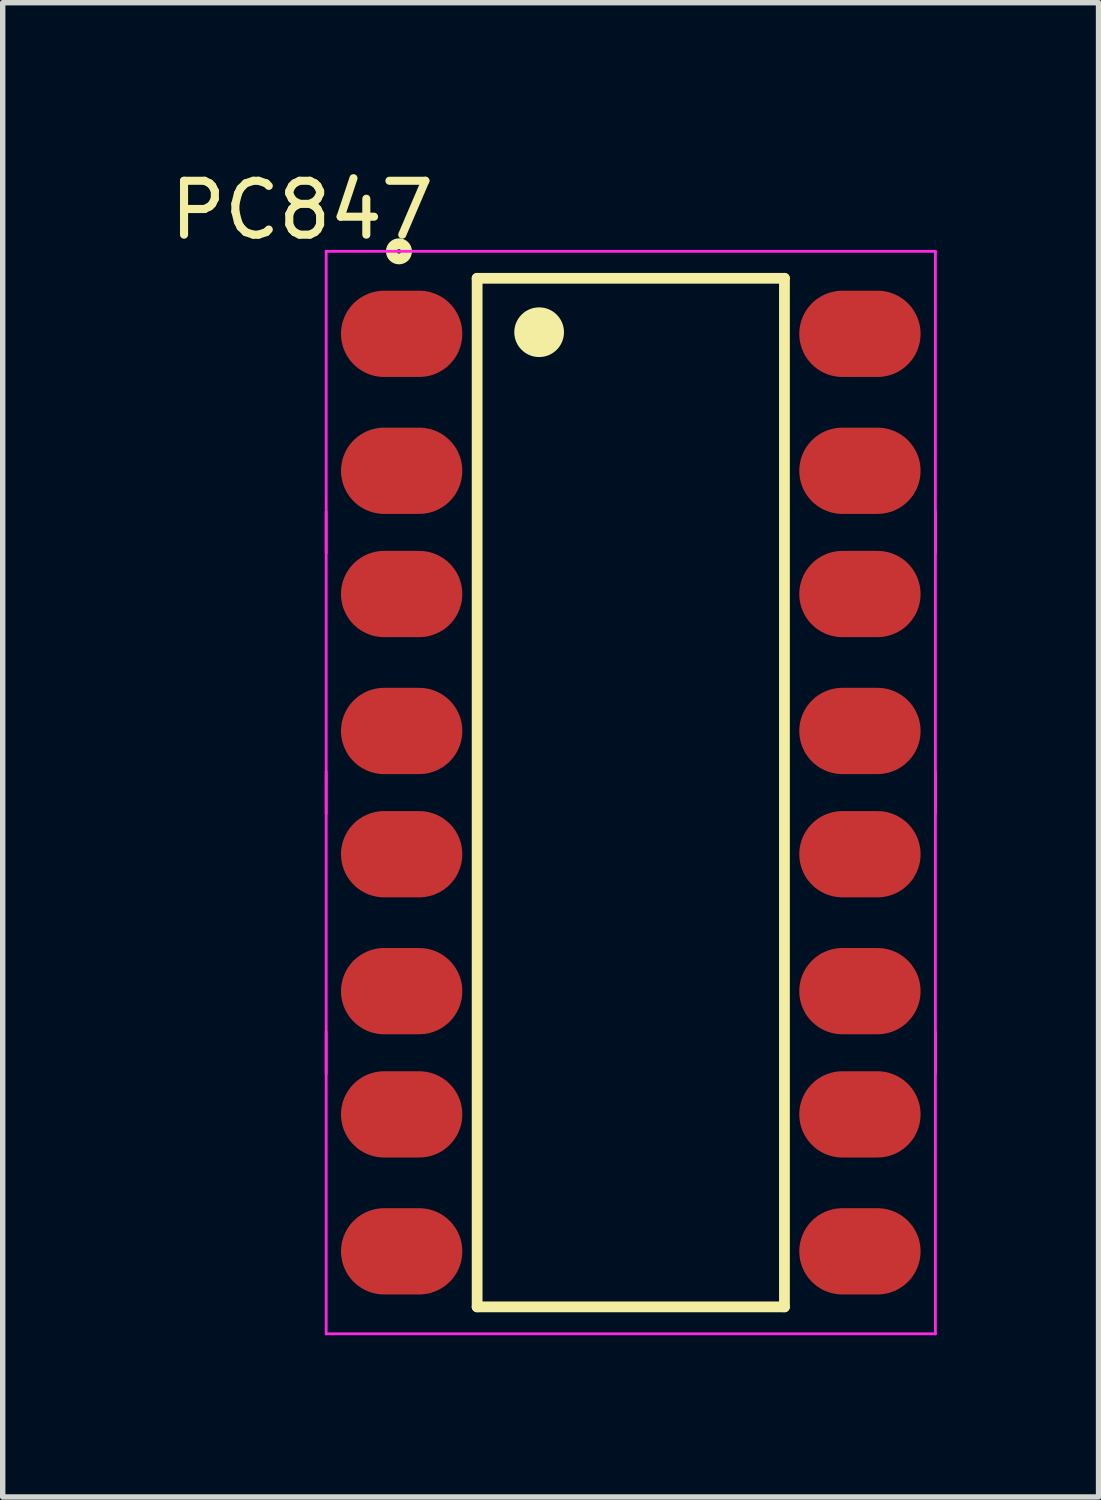
<source format=kicad_pcb>
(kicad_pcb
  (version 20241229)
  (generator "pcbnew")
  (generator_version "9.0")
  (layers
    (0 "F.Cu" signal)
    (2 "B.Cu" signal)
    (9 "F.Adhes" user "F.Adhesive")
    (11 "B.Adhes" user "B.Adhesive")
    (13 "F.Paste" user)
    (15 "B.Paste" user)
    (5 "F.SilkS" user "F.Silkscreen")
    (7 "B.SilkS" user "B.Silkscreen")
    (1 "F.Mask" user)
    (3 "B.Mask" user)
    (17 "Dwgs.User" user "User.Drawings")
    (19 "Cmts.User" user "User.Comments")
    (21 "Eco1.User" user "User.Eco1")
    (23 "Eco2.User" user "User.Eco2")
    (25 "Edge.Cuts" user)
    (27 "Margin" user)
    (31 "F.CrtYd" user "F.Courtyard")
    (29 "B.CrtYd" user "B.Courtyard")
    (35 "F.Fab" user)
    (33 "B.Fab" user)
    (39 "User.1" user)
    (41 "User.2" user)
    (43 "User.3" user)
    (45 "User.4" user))
  (footprint "PC847"
    (layer "F.Cu")
    (at 2.554 0.348)
    (property "Reference" "PC847" (at 0 0.5 0) (layer "F.SilkS") (effects (font (size 1 1) (thickness 0.15))))
    (attr through_hole)
    (fp_line (start 3.246 1.764) (end 8.946 1.764) (stroke (width 0.2) (type solid)) (layer "F.SilkS"))
    (fp_line (start 3.246 20.842) (end 3.246 1.764) (stroke (width 0.2) (type solid)) (layer "F.SilkS"))
    (fp_line (start 8.946 1.764) (end 8.946 20.842) (stroke (width 0.2) (type solid)) (layer "F.SilkS"))
    (fp_line (start 8.946 20.842) (end 3.246 20.842) (stroke (width 0.2) (type solid)) (layer "F.SilkS"))
    (fp_circle (center 1.796 1.264) (end 1.937 1.264) (stroke (width 0.2) (type solid)) (fill no) (layer "F.SilkS"))
    (fp_circle (center 4.396 2.764) (end 4.757 2.764) (stroke (width 0.2) (type solid)) (fill no) (layer "F.SilkS"))
    (fp_poly (pts (xy 4.095 2.464) (xy 4.696 2.464) (xy 4.696 3.063) (xy 4.095 3.063)) (stroke (width 0.01) (type solid)) (fill yes) (layer "F.SilkS"))
    (fp_line (start 0.446 1.264) (end 11.746 1.264) (stroke (width 0.052) (type solid)) (layer "F.CrtYd"))
    (fp_line (start 0.446 6.864) (end 0.446 1.264) (stroke (width 0.052) (type solid)) (layer "F.CrtYd"))
    (fp_line (start 0.446 11.69) (end 0.446 6.09) (stroke (width 0.052) (type solid)) (layer "F.CrtYd"))
    (fp_line (start 0.446 16.516) (end 0.446 10.916) (stroke (width 0.052) (type solid)) (layer "F.CrtYd"))
    (fp_line (start 0.446 21.342) (end 0.446 15.742) (stroke (width 0.052) (type solid)) (layer "F.CrtYd"))
    (fp_line (start 11.746 1.264) (end 11.746 6.864) (stroke (width 0.052) (type solid)) (layer "F.CrtYd"))
    (fp_line (start 11.746 6.09) (end 11.746 11.69) (stroke (width 0.052) (type solid)) (layer "F.CrtYd"))
    (fp_line (start 11.746 10.916) (end 11.746 16.516) (stroke (width 0.052) (type solid)) (layer "F.CrtYd"))
    (fp_line (start 11.746 15.742) (end 11.746 21.342) (stroke (width 0.052) (type solid)) (layer "F.CrtYd"))
    (fp_line (start 11.746 21.342) (end 0.446 21.342) (stroke (width 0.052) (type solid)) (layer "F.CrtYd"))
    (pad "1" smd oval (at 1.846 2.794) (size 2.25 1.6) (layers "F.Cu" "F.Mask" "F.Paste"))
    (pad "2" smd oval (at 1.846 5.334) (size 2.25 1.6) (layers "F.Cu" "F.Mask" "F.Paste"))
    (pad "3" smd oval (at 1.846 7.62) (size 2.25 1.6) (layers "F.Cu" "F.Mask" "F.Paste"))
    (pad "4" smd oval (at 1.846 10.16) (size 2.25 1.6) (layers "F.Cu" "F.Mask" "F.Paste"))
    (pad "5" smd oval (at 1.846 12.446) (size 2.25 1.6) (layers "F.Cu" "F.Mask" "F.Paste"))
    (pad "6" smd oval (at 1.846 14.986) (size 2.25 1.6) (layers "F.Cu" "F.Mask" "F.Paste"))
    (pad "7" smd oval (at 1.846 17.272) (size 2.25 1.6) (layers "F.Cu" "F.Mask" "F.Paste"))
    (pad "8" smd oval (at 1.846 19.812) (size 2.25 1.6) (layers "F.Cu" "F.Mask" "F.Paste"))
    (pad "9" smd oval (at 10.346 19.812) (size 2.25 1.6) (layers "F.Cu" "F.Mask" "F.Paste"))
    (pad "10" smd oval (at 10.346 17.272) (size 2.25 1.6) (layers "F.Cu" "F.Mask" "F.Paste"))
    (pad "11" smd oval (at 10.346 14.986) (size 2.25 1.6) (layers "F.Cu" "F.Mask" "F.Paste"))
    (pad "12" smd oval (at 10.346 12.446) (size 2.25 1.6) (layers "F.Cu" "F.Mask" "F.Paste"))
    (pad "13" smd oval (at 10.346 10.16) (size 2.25 1.6) (layers "F.Cu" "F.Mask" "F.Paste"))
    (pad "14" smd oval (at 10.346 7.62) (size 2.25 1.6) (layers "F.Cu" "F.Mask" "F.Paste"))
    (pad "15" smd oval (at 10.346 5.334) (size 2.25 1.6) (layers "F.Cu" "F.Mask" "F.Paste"))
    (pad "16" smd oval (at 10.346 2.794) (size 2.25 1.6) (layers "F.Cu" "F.Mask" "F.Paste")))
  (gr_rect
    (start -3 -3)
    (end 17.326 24.716)
    (stroke (width 0.1) (type default))
    (fill no)
    (layer "Edge.Cuts")))
</source>
